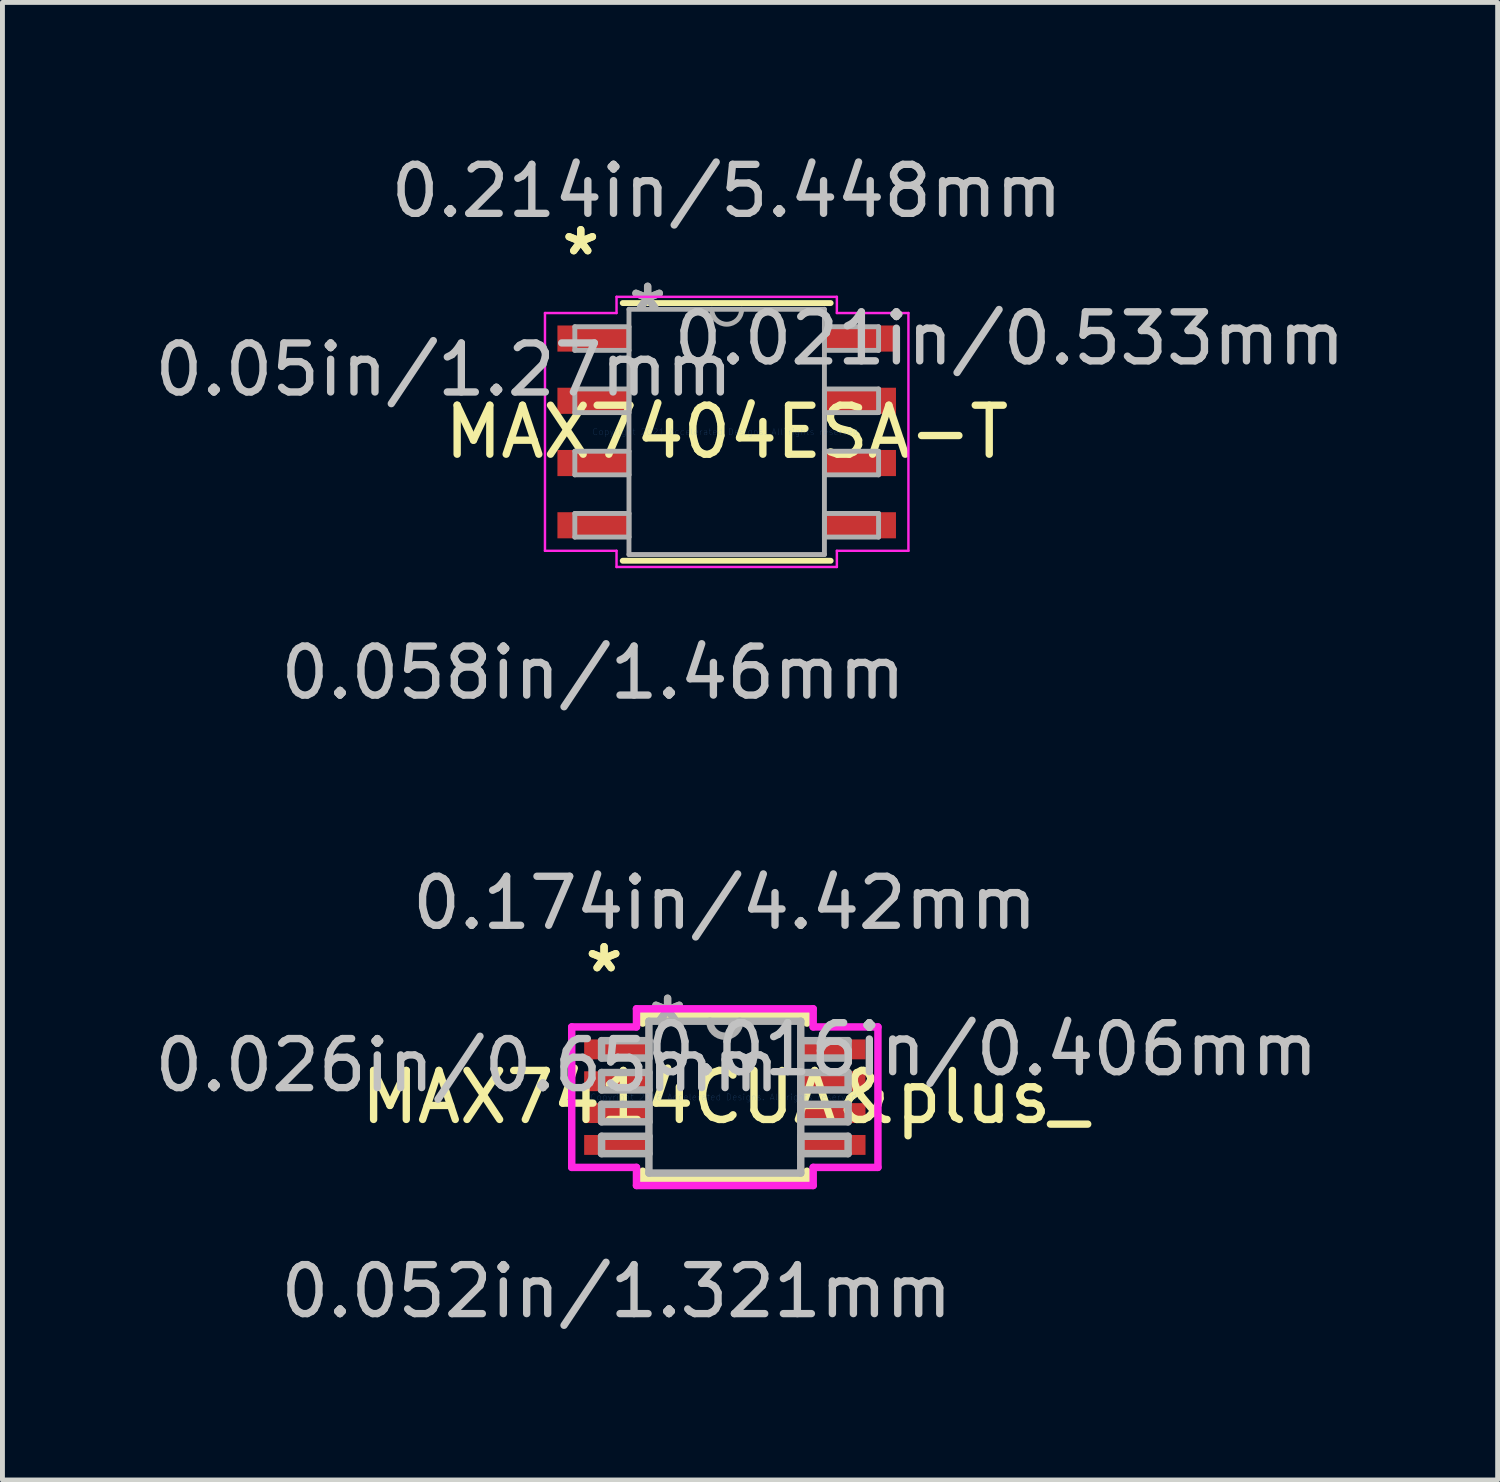
<source format=kicad_pcb>
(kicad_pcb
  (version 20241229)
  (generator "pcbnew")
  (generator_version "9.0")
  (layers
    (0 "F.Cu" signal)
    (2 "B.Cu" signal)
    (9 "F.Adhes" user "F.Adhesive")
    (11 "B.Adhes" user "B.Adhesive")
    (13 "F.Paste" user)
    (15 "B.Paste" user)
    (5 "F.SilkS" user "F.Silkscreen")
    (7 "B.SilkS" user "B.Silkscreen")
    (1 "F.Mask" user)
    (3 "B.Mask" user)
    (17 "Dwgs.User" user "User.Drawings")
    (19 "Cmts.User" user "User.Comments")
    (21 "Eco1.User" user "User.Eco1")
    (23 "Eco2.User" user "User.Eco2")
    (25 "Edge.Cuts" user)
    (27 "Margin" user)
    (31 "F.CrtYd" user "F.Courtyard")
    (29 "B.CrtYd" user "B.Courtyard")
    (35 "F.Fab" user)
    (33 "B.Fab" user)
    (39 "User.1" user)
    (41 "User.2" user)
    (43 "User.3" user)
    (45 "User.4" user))
  (footprint "MAX7414CUA&plus_"
    (layer "F.Cu")
    (at 11.74 19.337)
    (property "Reference" "MAX7414CUA&plus_" (at 0 0 0) (layer "F.SilkS") (effects (font (size 1 1) (thickness 0.15))))
    (attr through_hole)
    (fp_line (start -1.676 -1.676) (end -1.676 -1.511) (stroke (width 0.152) (type solid)) (layer "F.SilkS"))
    (fp_line (start -1.676 1.511) (end -1.676 1.676) (stroke (width 0.152) (type solid)) (layer "F.SilkS"))
    (fp_line (start -1.676 1.676) (end 1.676 1.676) (stroke (width 0.152) (type solid)) (layer "F.SilkS"))
    (fp_line (start 1.676 -1.676) (end -1.676 -1.676) (stroke (width 0.152) (type solid)) (layer "F.SilkS"))
    (fp_line (start 1.676 -1.511) (end 1.676 -1.676) (stroke (width 0.152) (type solid)) (layer "F.SilkS"))
    (fp_line (start 1.676 1.676) (end 1.676 1.511) (stroke (width 0.152) (type solid)) (layer "F.SilkS"))
    (fp_line (start -3.124 -1.433) (end -1.803 -1.433) (stroke (width 0.152) (type solid)) (layer "F.CrtYd"))
    (fp_line (start -3.124 1.433) (end -3.124 -1.433) (stroke (width 0.152) (type solid)) (layer "F.CrtYd"))
    (fp_line (start -1.803 -1.803) (end 1.803 -1.803) (stroke (width 0.152) (type solid)) (layer "F.CrtYd"))
    (fp_line (start -1.803 -1.433) (end -1.803 -1.803) (stroke (width 0.152) (type solid)) (layer "F.CrtYd"))
    (fp_line (start -1.803 1.433) (end -3.124 1.433) (stroke (width 0.152) (type solid)) (layer "F.CrtYd"))
    (fp_line (start -1.803 1.803) (end -1.803 1.433) (stroke (width 0.152) (type solid)) (layer "F.CrtYd"))
    (fp_line (start 1.803 -1.803) (end 1.803 -1.433) (stroke (width 0.152) (type solid)) (layer "F.CrtYd"))
    (fp_line (start 1.803 -1.433) (end 3.124 -1.433) (stroke (width 0.152) (type solid)) (layer "F.CrtYd"))
    (fp_line (start 1.803 1.433) (end 1.803 1.803) (stroke (width 0.152) (type solid)) (layer "F.CrtYd"))
    (fp_line (start 1.803 1.803) (end -1.803 1.803) (stroke (width 0.152) (type solid)) (layer "F.CrtYd"))
    (fp_line (start 3.124 -1.433) (end 3.124 1.433) (stroke (width 0.152) (type solid)) (layer "F.CrtYd"))
    (fp_line (start 3.124 1.433) (end 1.803 1.433) (stroke (width 0.152) (type solid)) (layer "F.CrtYd"))
    (fp_line (start -2.515 -1.153) (end -2.515 -0.798) (stroke (width 0.152) (type solid)) (layer "F.Fab"))
    (fp_line (start -2.515 -0.798) (end -1.549 -0.798) (stroke (width 0.152) (type solid)) (layer "F.Fab"))
    (fp_line (start -2.515 -0.503) (end -2.515 -0.147) (stroke (width 0.152) (type solid)) (layer "F.Fab"))
    (fp_line (start -2.515 -0.147) (end -1.549 -0.147) (stroke (width 0.152) (type solid)) (layer "F.Fab"))
    (fp_line (start -2.515 0.147) (end -2.515 0.503) (stroke (width 0.152) (type solid)) (layer "F.Fab"))
    (fp_line (start -2.515 0.503) (end -1.549 0.503) (stroke (width 0.152) (type solid)) (layer "F.Fab"))
    (fp_line (start -2.515 0.798) (end -2.515 1.153) (stroke (width 0.152) (type solid)) (layer "F.Fab"))
    (fp_line (start -2.515 1.153) (end -1.549 1.153) (stroke (width 0.152) (type solid)) (layer "F.Fab"))
    (fp_line (start -1.549 -1.549) (end -1.549 1.549) (stroke (width 0.152) (type solid)) (layer "F.Fab"))
    (fp_line (start -1.549 -1.153) (end -2.515 -1.153) (stroke (width 0.152) (type solid)) (layer "F.Fab"))
    (fp_line (start -1.549 -0.798) (end -1.549 -1.153) (stroke (width 0.152) (type solid)) (layer "F.Fab"))
    (fp_line (start -1.549 -0.503) (end -2.515 -0.503) (stroke (width 0.152) (type solid)) (layer "F.Fab"))
    (fp_line (start -1.549 -0.147) (end -1.549 -0.503) (stroke (width 0.152) (type solid)) (layer "F.Fab"))
    (fp_line (start -1.549 0.147) (end -2.515 0.147) (stroke (width 0.152) (type solid)) (layer "F.Fab"))
    (fp_line (start -1.549 0.503) (end -1.549 0.147) (stroke (width 0.152) (type solid)) (layer "F.Fab"))
    (fp_line (start -1.549 0.798) (end -2.515 0.798) (stroke (width 0.152) (type solid)) (layer "F.Fab"))
    (fp_line (start -1.549 1.153) (end -1.549 0.798) (stroke (width 0.152) (type solid)) (layer "F.Fab"))
    (fp_line (start -1.549 1.549) (end 1.549 1.549) (stroke (width 0.152) (type solid)) (layer "F.Fab"))
    (fp_line (start 1.549 -1.549) (end -1.549 -1.549) (stroke (width 0.152) (type solid)) (layer "F.Fab"))
    (fp_line (start 1.549 -1.153) (end 1.549 -0.798) (stroke (width 0.152) (type solid)) (layer "F.Fab"))
    (fp_line (start 1.549 -0.798) (end 2.515 -0.798) (stroke (width 0.152) (type solid)) (layer "F.Fab"))
    (fp_line (start 1.549 -0.503) (end 1.549 -0.147) (stroke (width 0.152) (type solid)) (layer "F.Fab"))
    (fp_line (start 1.549 -0.147) (end 2.515 -0.147) (stroke (width 0.152) (type solid)) (layer "F.Fab"))
    (fp_line (start 1.549 0.147) (end 1.549 0.503) (stroke (width 0.152) (type solid)) (layer "F.Fab"))
    (fp_line (start 1.549 0.503) (end 2.515 0.503) (stroke (width 0.152) (type solid)) (layer "F.Fab"))
    (fp_line (start 1.549 0.798) (end 1.549 1.153) (stroke (width 0.152) (type solid)) (layer "F.Fab"))
    (fp_line (start 1.549 1.153) (end 2.515 1.153) (stroke (width 0.152) (type solid)) (layer "F.Fab"))
    (fp_line (start 1.549 1.549) (end 1.549 -1.549) (stroke (width 0.152) (type solid)) (layer "F.Fab"))
    (fp_line (start 2.515 -1.153) (end 1.549 -1.153) (stroke (width 0.152) (type solid)) (layer "F.Fab"))
    (fp_line (start 2.515 -0.798) (end 2.515 -1.153) (stroke (width 0.152) (type solid)) (layer "F.Fab"))
    (fp_line (start 2.515 -0.503) (end 1.549 -0.503) (stroke (width 0.152) (type solid)) (layer "F.Fab"))
    (fp_line (start 2.515 -0.147) (end 2.515 -0.503) (stroke (width 0.152) (type solid)) (layer "F.Fab"))
    (fp_line (start 2.515 0.147) (end 1.549 0.147) (stroke (width 0.152) (type solid)) (layer "F.Fab"))
    (fp_line (start 2.515 0.503) (end 2.515 0.147) (stroke (width 0.152) (type solid)) (layer "F.Fab"))
    (fp_line (start 2.515 0.798) (end 1.549 0.798) (stroke (width 0.152) (type solid)) (layer "F.Fab"))
    (fp_line (start 2.515 1.153) (end 2.515 0.798) (stroke (width 0.152) (type solid)) (layer "F.Fab"))
    (fp_arc (start 0.3048 -1.5494) (mid 0 -1.2446) (end -0.3048 -1.5494) (stroke (width 0.1524) (type solid)) (layer "F.Fab"))
    (fp_text user "*" (at -2.464 -2.525 0) (layer "F.SilkS") (effects (font (size 1 1) (thickness 0.15))))
    (fp_text user "*" (at -2.464 -2.525 0) (layer "F.SilkS") (effects (font (size 1 1) (thickness 0.15))))
    (fp_text user "0.174in/4.42mm" (at 0 -3.962 0) (layer "Dwgs.User") (effects (font (size 1 1) (thickness 0.15))))
    (fp_text user "0.052in/1.321mm" (at -2.21 3.962 0) (layer "Dwgs.User") (effects (font (size 1 1) (thickness 0.15))))
    (fp_text user "0.016in/0.406mm" (at 5.258 -0.975 0) (layer "Dwgs.User") (effects (font (size 1 1) (thickness 0.15))))
    (fp_text user "0.026in/0.65mm" (at -5.258 -0.65 0) (layer "Dwgs.User") (effects (font (size 1 1) (thickness 0.15))))
    (fp_text user "Copyright 2016 Accelerated Designs. All rights reserved." (at 0 0 0) (layer "Cmts.User") (effects (font (size 0.127 0.127) (thickness 0.002))))
    (fp_text user "*" (at -1.168 -1.473 0) (layer "F.Fab") (effects (font (size 1 1) (thickness 0.15))))
    (fp_text user "*" (at -1.168 -1.473 0) (layer "F.Fab") (effects (font (size 1 1) (thickness 0.15))))
    (pad "1" smd rect (at -2.21 -0.975) (size 1.321 0.406) (layers "F.Cu" "F.Mask" "F.Paste"))
    (pad "2" smd rect (at -2.21 -0.325) (size 1.321 0.406) (layers "F.Cu" "F.Mask" "F.Paste"))
    (pad "3" smd rect (at -2.21 0.325) (size 1.321 0.406) (layers "F.Cu" "F.Mask" "F.Paste"))
    (pad "4" smd rect (at -2.21 0.975) (size 1.321 0.406) (layers "F.Cu" "F.Mask" "F.Paste"))
    (pad "5" smd rect (at 2.21 0.975) (size 1.321 0.406) (layers "F.Cu" "F.Mask" "F.Paste"))
    (pad "6" smd rect (at 2.21 0.325) (size 1.321 0.406) (layers "F.Cu" "F.Mask" "F.Paste"))
    (pad "7" smd rect (at 2.21 -0.325) (size 1.321 0.406) (layers "F.Cu" "F.Mask" "F.Paste"))
    (pad "8" smd rect (at 2.21 -0.975) (size 1.321 0.406) (layers "F.Cu" "F.Mask" "F.Paste")))
  (footprint "MAX7404ESA-T"
    (layer "F.Cu")
    (at 11.778 5.763)
    (property "Reference" "MAX7404ESA-T" (at 0 0 0) (layer "F.SilkS") (effects (font (size 1 1) (thickness 0.15))))
    (attr through_hole)
    (fp_line (start -2.121 2.629) (end 2.121 2.629) (stroke (width 0.12) (type solid)) (layer "F.SilkS"))
    (fp_line (start 2.121 -2.629) (end -2.121 -2.629) (stroke (width 0.12) (type solid)) (layer "F.SilkS"))
    (fp_line (start -3.708 -2.426) (end -2.248 -2.426) (stroke (width 0.05) (type solid)) (layer "F.CrtYd"))
    (fp_line (start -3.708 2.426) (end -3.708 -2.426) (stroke (width 0.05) (type solid)) (layer "F.CrtYd"))
    (fp_line (start -2.248 -2.756) (end 2.248 -2.756) (stroke (width 0.05) (type solid)) (layer "F.CrtYd"))
    (fp_line (start -2.248 -2.426) (end -2.248 -2.756) (stroke (width 0.05) (type solid)) (layer "F.CrtYd"))
    (fp_line (start -2.248 2.426) (end -3.708 2.426) (stroke (width 0.05) (type solid)) (layer "F.CrtYd"))
    (fp_line (start -2.248 2.756) (end -2.248 2.426) (stroke (width 0.05) (type solid)) (layer "F.CrtYd"))
    (fp_line (start 2.248 -2.756) (end 2.248 -2.426) (stroke (width 0.05) (type solid)) (layer "F.CrtYd"))
    (fp_line (start 2.248 -2.426) (end 3.708 -2.426) (stroke (width 0.05) (type solid)) (layer "F.CrtYd"))
    (fp_line (start 2.248 2.426) (end 2.248 2.756) (stroke (width 0.05) (type solid)) (layer "F.CrtYd"))
    (fp_line (start 2.248 2.756) (end -2.248 2.756) (stroke (width 0.05) (type solid)) (layer "F.CrtYd"))
    (fp_line (start 3.708 -2.426) (end 3.708 2.426) (stroke (width 0.05) (type solid)) (layer "F.CrtYd"))
    (fp_line (start 3.708 2.426) (end 2.248 2.426) (stroke (width 0.05) (type solid)) (layer "F.CrtYd"))
    (fp_line (start -3.099 -2.146) (end -3.099 -1.664) (stroke (width 0.1) (type solid)) (layer "F.Fab"))
    (fp_line (start -3.099 -1.664) (end -1.994 -1.664) (stroke (width 0.1) (type solid)) (layer "F.Fab"))
    (fp_line (start -3.099 -0.876) (end -3.099 -0.394) (stroke (width 0.1) (type solid)) (layer "F.Fab"))
    (fp_line (start -3.099 -0.394) (end -1.994 -0.394) (stroke (width 0.1) (type solid)) (layer "F.Fab"))
    (fp_line (start -3.099 0.394) (end -3.099 0.876) (stroke (width 0.1) (type solid)) (layer "F.Fab"))
    (fp_line (start -3.099 0.876) (end -1.994 0.876) (stroke (width 0.1) (type solid)) (layer "F.Fab"))
    (fp_line (start -3.099 1.664) (end -3.099 2.146) (stroke (width 0.1) (type solid)) (layer "F.Fab"))
    (fp_line (start -3.099 2.146) (end -1.994 2.146) (stroke (width 0.1) (type solid)) (layer "F.Fab"))
    (fp_line (start -1.994 -2.502) (end -1.994 2.502) (stroke (width 0.1) (type solid)) (layer "F.Fab"))
    (fp_line (start -1.994 -2.146) (end -3.099 -2.146) (stroke (width 0.1) (type solid)) (layer "F.Fab"))
    (fp_line (start -1.994 -1.664) (end -1.994 -2.146) (stroke (width 0.1) (type solid)) (layer "F.Fab"))
    (fp_line (start -1.994 -0.876) (end -3.099 -0.876) (stroke (width 0.1) (type solid)) (layer "F.Fab"))
    (fp_line (start -1.994 -0.394) (end -1.994 -0.876) (stroke (width 0.1) (type solid)) (layer "F.Fab"))
    (fp_line (start -1.994 0.394) (end -3.099 0.394) (stroke (width 0.1) (type solid)) (layer "F.Fab"))
    (fp_line (start -1.994 0.876) (end -1.994 0.394) (stroke (width 0.1) (type solid)) (layer "F.Fab"))
    (fp_line (start -1.994 1.664) (end -3.099 1.664) (stroke (width 0.1) (type solid)) (layer "F.Fab"))
    (fp_line (start -1.994 2.146) (end -1.994 1.664) (stroke (width 0.1) (type solid)) (layer "F.Fab"))
    (fp_line (start -1.994 2.502) (end 1.994 2.502) (stroke (width 0.1) (type solid)) (layer "F.Fab"))
    (fp_line (start 1.994 -2.502) (end -1.994 -2.502) (stroke (width 0.1) (type solid)) (layer "F.Fab"))
    (fp_line (start 1.994 -2.146) (end 1.994 -1.664) (stroke (width 0.1) (type solid)) (layer "F.Fab"))
    (fp_line (start 1.994 -1.664) (end 3.099 -1.664) (stroke (width 0.1) (type solid)) (layer "F.Fab"))
    (fp_line (start 1.994 -0.876) (end 1.994 -0.394) (stroke (width 0.1) (type solid)) (layer "F.Fab"))
    (fp_line (start 1.994 -0.394) (end 3.099 -0.394) (stroke (width 0.1) (type solid)) (layer "F.Fab"))
    (fp_line (start 1.994 0.394) (end 1.994 0.876) (stroke (width 0.1) (type solid)) (layer "F.Fab"))
    (fp_line (start 1.994 0.876) (end 3.099 0.876) (stroke (width 0.1) (type solid)) (layer "F.Fab"))
    (fp_line (start 1.994 1.664) (end 1.994 2.146) (stroke (width 0.1) (type solid)) (layer "F.Fab"))
    (fp_line (start 1.994 2.146) (end 3.099 2.146) (stroke (width 0.1) (type solid)) (layer "F.Fab"))
    (fp_line (start 1.994 2.502) (end 1.994 -2.502) (stroke (width 0.1) (type solid)) (layer "F.Fab"))
    (fp_line (start 3.099 -2.146) (end 1.994 -2.146) (stroke (width 0.1) (type solid)) (layer "F.Fab"))
    (fp_line (start 3.099 -1.664) (end 3.099 -2.146) (stroke (width 0.1) (type solid)) (layer "F.Fab"))
    (fp_line (start 3.099 -0.876) (end 1.994 -0.876) (stroke (width 0.1) (type solid)) (layer "F.Fab"))
    (fp_line (start 3.099 -0.394) (end 3.099 -0.876) (stroke (width 0.1) (type solid)) (layer "F.Fab"))
    (fp_line (start 3.099 0.394) (end 1.994 0.394) (stroke (width 0.1) (type solid)) (layer "F.Fab"))
    (fp_line (start 3.099 0.876) (end 3.099 0.394) (stroke (width 0.1) (type solid)) (layer "F.Fab"))
    (fp_line (start 3.099 1.664) (end 1.994 1.664) (stroke (width 0.1) (type solid)) (layer "F.Fab"))
    (fp_line (start 3.099 2.146) (end 3.099 1.664) (stroke (width 0.1) (type solid)) (layer "F.Fab"))
    (fp_arc (start 0.3048 -2.5019) (mid 0 -2.1971) (end -0.3048 -2.5019) (stroke (width 0.1) (type solid)) (layer "F.Fab"))
    (fp_text user "*" (at -2.978 -3.581 0) (layer "F.SilkS") (effects (font (size 1 1) (thickness 0.15))))
    (fp_text user "*" (at -2.978 -3.581 0) (layer "F.SilkS") (effects (font (size 1 1) (thickness 0.15))))
    (fp_text user "0.05in/1.27mm" (at -5.772 -1.27 0) (layer "Dwgs.User") (effects (font (size 1 1) (thickness 0.15))))
    (fp_text user "0.214in/5.448mm" (at 0 -4.915 0) (layer "Dwgs.User") (effects (font (size 1 1) (thickness 0.15))))
    (fp_text user "0.058in/1.46mm" (at -2.724 4.915 0) (layer "Dwgs.User") (effects (font (size 1 1) (thickness 0.15))))
    (fp_text user "0.021in/0.533mm" (at 5.772 -1.905 0) (layer "Dwgs.User") (effects (font (size 1 1) (thickness 0.15))))
    (fp_text user "Copyright 2021 Accelerated Designs. All rights reserved." (at 0 0 0) (layer "Cmts.User") (effects (font (size 0.127 0.127) (thickness 0.002))))
    (fp_text user "*" (at -1.613 -2.426 0) (layer "F.Fab") (effects (font (size 1 1) (thickness 0.15))))
    (fp_text user "*" (at -1.613 -2.426 0) (layer "F.Fab") (effects (font (size 1 1) (thickness 0.15))))
    (pad "1" smd rect (at -2.724 -1.905) (size 1.46 0.533) (layers "F.Cu" "F.Mask" "F.Paste"))
    (pad "2" smd rect (at -2.724 -0.635) (size 1.46 0.533) (layers "F.Cu" "F.Mask" "F.Paste"))
    (pad "3" smd rect (at -2.724 0.635) (size 1.46 0.533) (layers "F.Cu" "F.Mask" "F.Paste"))
    (pad "4" smd rect (at -2.724 1.905) (size 1.46 0.533) (layers "F.Cu" "F.Mask" "F.Paste"))
    (pad "5" smd rect (at 2.724 1.905) (size 1.46 0.533) (layers "F.Cu" "F.Mask" "F.Paste"))
    (pad "6" smd rect (at 2.724 0.635) (size 1.46 0.533) (layers "F.Cu" "F.Mask" "F.Paste"))
    (pad "7" smd rect (at 2.724 -0.635) (size 1.46 0.533) (layers "F.Cu" "F.Mask" "F.Paste"))
    (pad "8" smd rect (at 2.724 -1.905) (size 1.46 0.533) (layers "F.Cu" "F.Mask" "F.Paste")))
  (gr_rect
    (start -3 -3)
    (end 27.509 27.148)
    (stroke (width 0.1) (type default))
    (fill no)
    (layer "Edge.Cuts")))
</source>
